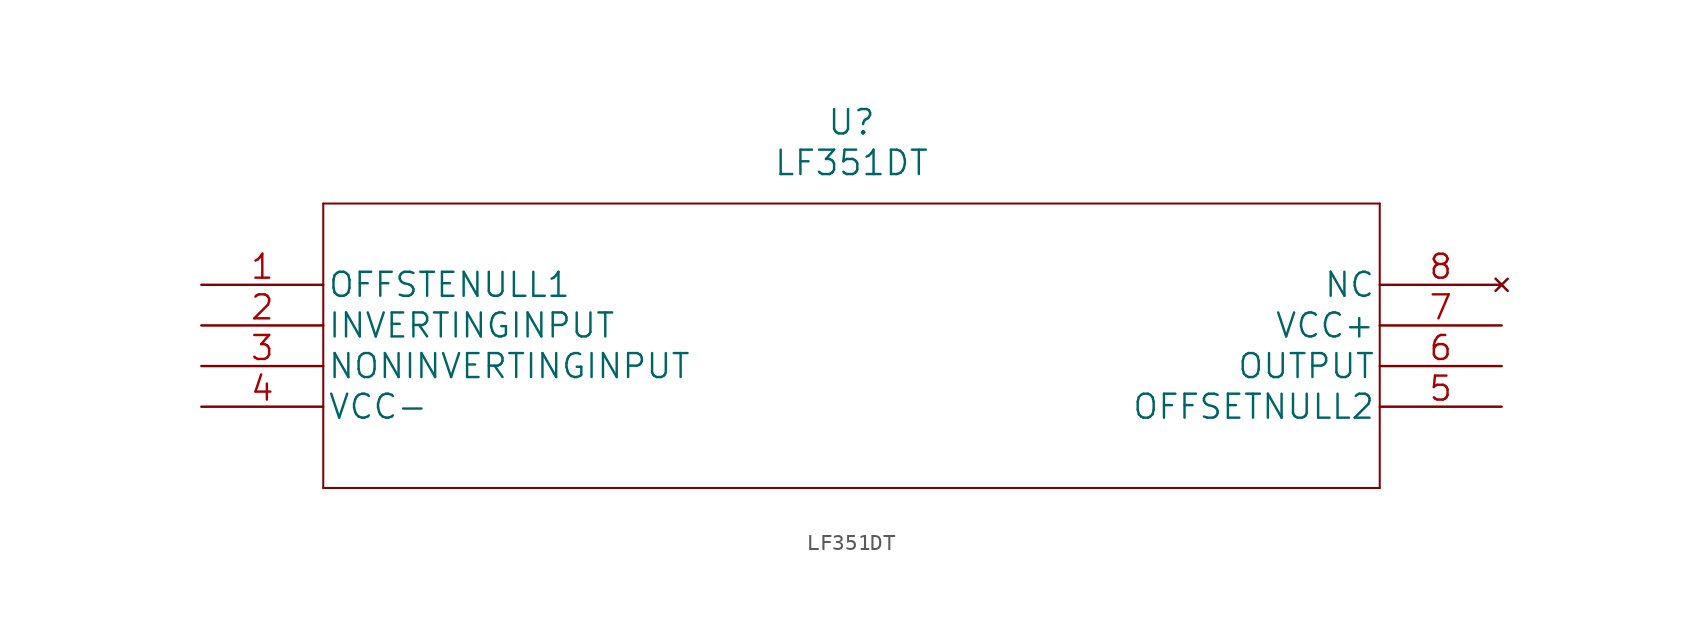
<source format=kicad_sym>
(kicad_symbol_lib
  (version 20211014)
  (generator kicad_symbol_editor)
  (symbol "LF351DT"
    (pin_names
      (offset 0.254))
    (property "Reference" "U"
      (at 40.64 10.16 0)
      (effects (font (size 1.524 1.524))))
    (property "Value" "LF351DT"
      (at 40.64 7.62 0)
      (effects (font (size 1.524 1.524))))
    (property "Datasheet" ""
      (at 0 0 0)
      (effects (font (size 1.524 1.524))))
    (property "ki_locked" ""
      (at 0 0 0)
      (effects (font (size 1.27 1.27))))
    (symbol "LF351DT_1_1"
      (polyline (pts (xy 7.62 -12.7) (xy 73.66 -12.7)) (stroke (width 0.127) (type default) (color 0 0 0 0)) (fill (type none)))
      (polyline (pts (xy 7.62 5.08) (xy 7.62 -12.7)) (stroke (width 0.127) (type default) (color 0 0 0 0)) (fill (type none)))
      (polyline (pts (xy 73.66 -12.7) (xy 73.66 5.08)) (stroke (width 0.127) (type default) (color 0 0 0 0)) (fill (type none)))
      (polyline (pts (xy 73.66 5.08) (xy 7.62 5.08)) (stroke (width 0.127) (type default) (color 0 0 0 0)) (fill (type none)))
      (pin unspecified line (at 0 0 0) (length 7.62) (name "OFFSTENULL1" (effects (font (size 1.499 1.499)))) (number "1" (effects (font (size 1.499 1.499)))))
      (pin input line (at 0 -2.54 0) (length 7.62) (name "INVERTINGINPUT" (effects (font (size 1.499 1.499)))) (number "2" (effects (font (size 1.499 1.499)))))
      (pin input line (at 0 -5.08 0) (length 7.62) (name "NONINVERTINGINPUT" (effects (font (size 1.499 1.499)))) (number "3" (effects (font (size 1.499 1.499)))))
      (pin power_in line (at 0 -7.62 0) (length 7.62) (name "VCC-" (effects (font (size 1.499 1.499)))) (number "4" (effects (font (size 1.499 1.499)))))
      (pin unspecified line (at 81.28 -7.62 180) (length 7.62) (name "OFFSETNULL2" (effects (font (size 1.499 1.499)))) (number "5" (effects (font (size 1.499 1.499)))))
      (pin output line (at 81.28 -5.08 180) (length 7.62) (name "OUTPUT" (effects (font (size 1.499 1.499)))) (number "6" (effects (font (size 1.499 1.499)))))
      (pin power_in line (at 81.28 -2.54 180) (length 7.62) (name "VCC+" (effects (font (size 1.499 1.499)))) (number "7" (effects (font (size 1.499 1.499)))))
      (pin no_connect line (at 81.28 0 180) (length 7.62) (name "NC" (effects (font (size 1.499 1.499)))) (number "8" (effects (font (size 1.499 1.499))))))))
</source>
